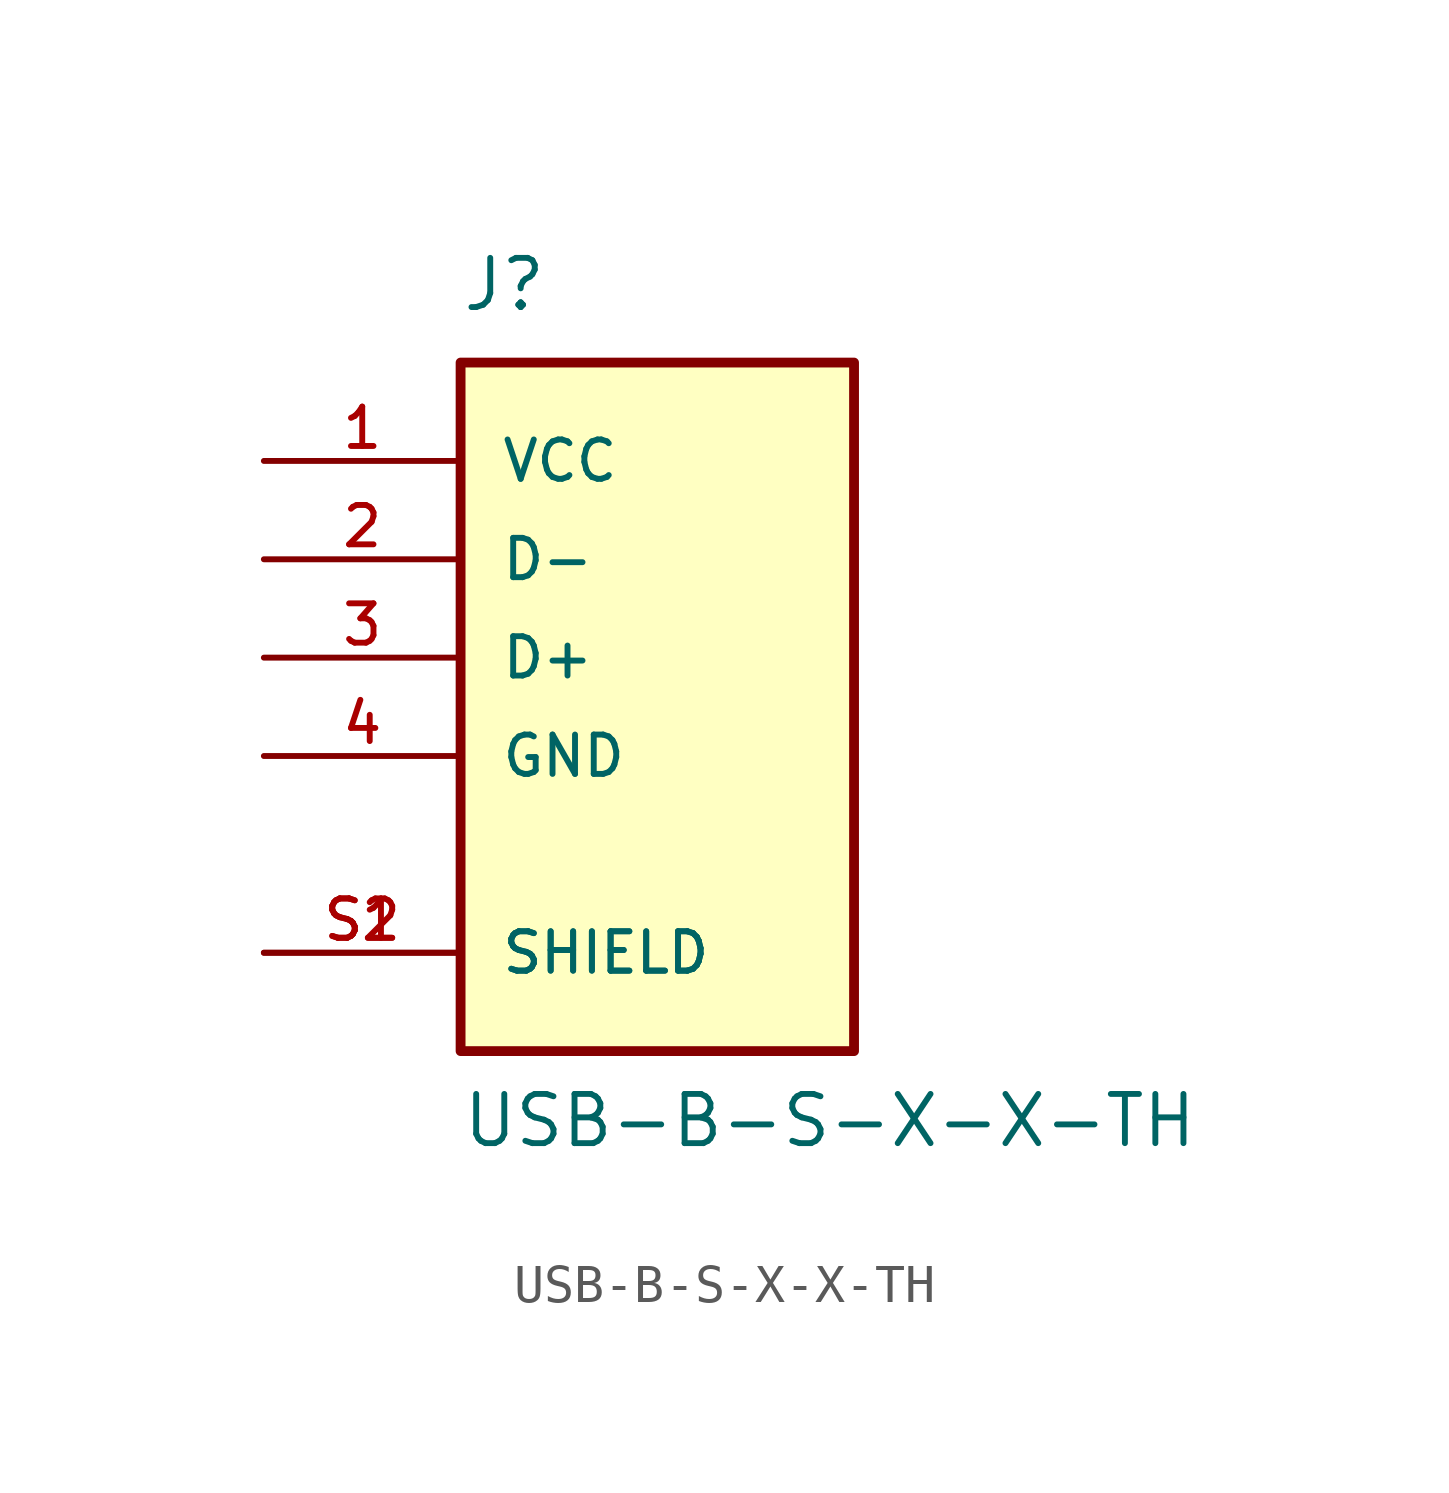
<source format=kicad_sym>
(kicad_symbol_lib
  (version 20211014)
  (generator kicad_symbol_editor)
  (symbol "USB-B-S-X-X-TH"
    (pin_names
      (offset 1.016))
    (property "Reference" "J"
      (at -5.08 8.89 0)
      (effects (font (size 1.27 1.27)) (justify bottom left)))
    (property "Value" "USB-B-S-X-X-TH"
      (at -5.08 -12.7 0)
      (effects (font (size 1.27 1.27)) (justify bottom left)))
    (symbol "USB-B-S-X-X-TH_0_0"
      (rectangle (start -5.08 -10.16) (end 5.08 7.62) (stroke (width 0.254)) (fill (type background)))
      (pin power_in line (at -10.16 5.08 0) (length 5.08) (name "VCC" (effects (font (size 1.016 1.016)))) (number "1" (effects (font (size 1.016 1.016)))))
      (pin bidirectional line (at -10.16 2.54 0) (length 5.08) (name "D-" (effects (font (size 1.016 1.016)))) (number "2" (effects (font (size 1.016 1.016)))))
      (pin bidirectional line (at -10.16 0.0 0) (length 5.08) (name "D+" (effects (font (size 1.016 1.016)))) (number "3" (effects (font (size 1.016 1.016)))))
      (pin power_in line (at -10.16 -2.54 0) (length 5.08) (name "GND" (effects (font (size 1.016 1.016)))) (number "4" (effects (font (size 1.016 1.016)))))
      (pin passive line (at -10.16 -7.62 0) (length 5.08) (name "SHIELD" (effects (font (size 1.016 1.016)))) (number "S1" (effects (font (size 1.016 1.016)))))
      (pin passive line (at -10.16 -7.62 0) (length 5.08) (name "SHIELD" (effects (font (size 1.016 1.016)))) (number "S2" (effects (font (size 1.016 1.016))))))))
</source>
